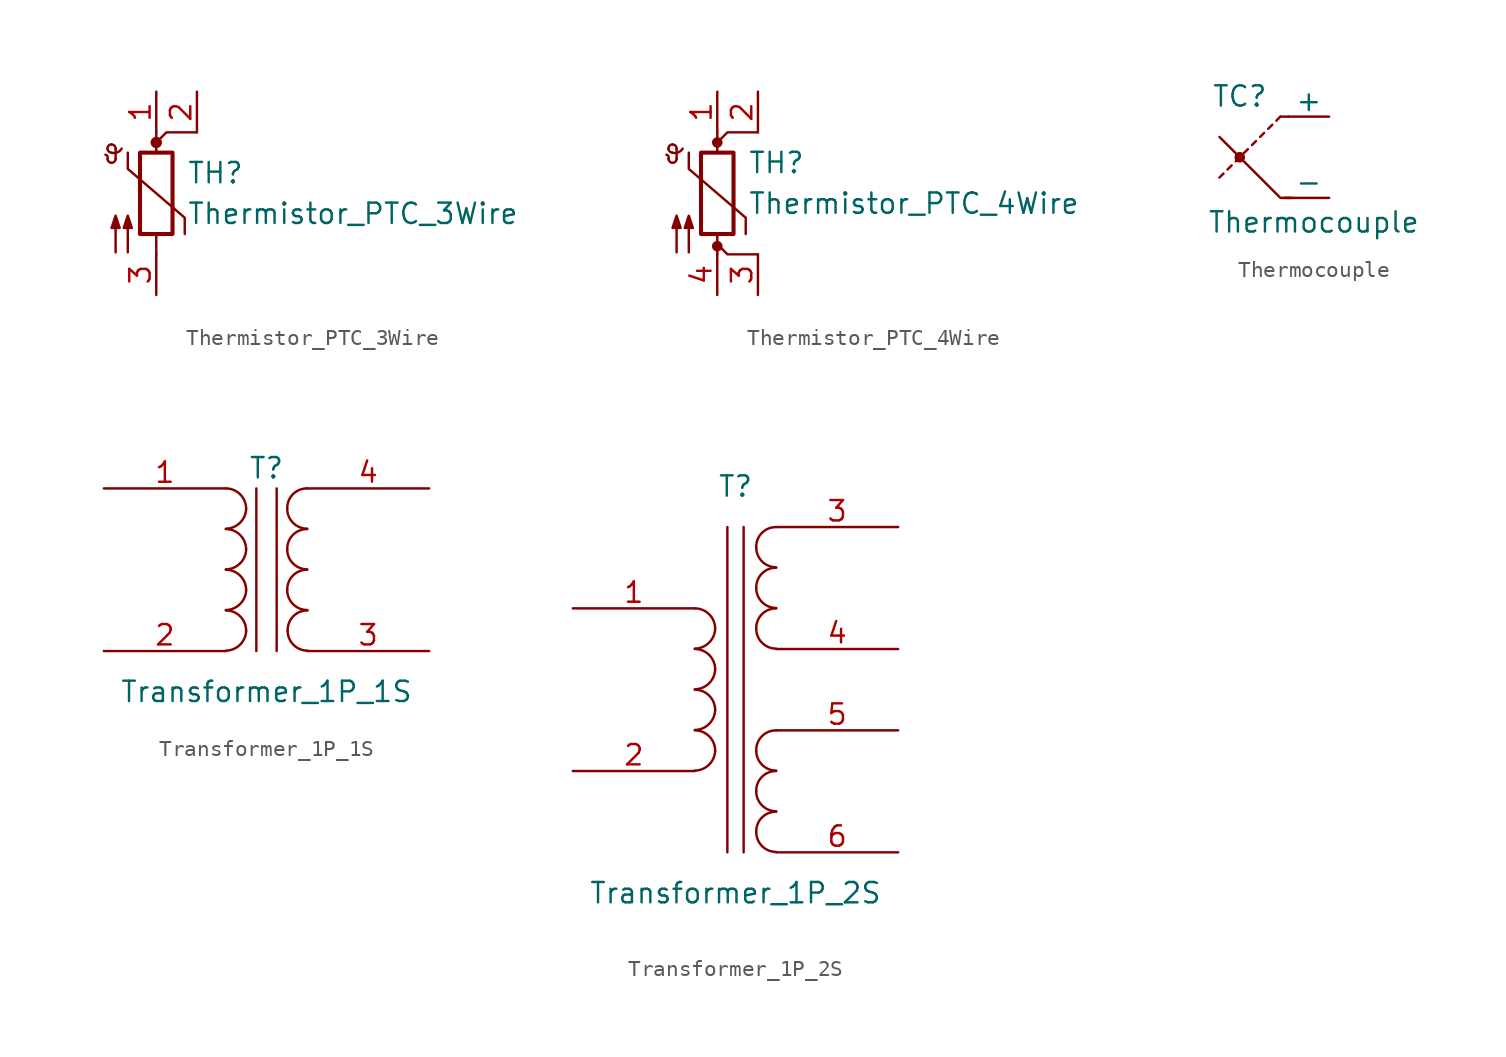
<source format=kicad_sym>
(kicad_symbol_lib
  (version 20211014)
  (generator kicad_symbol_editor)
  (symbol "Thermistor_PTC_3Wire"
    (pin_names
      (offset 0))
    (property "Reference" "TH"
      (at 1.905 1.27 0)
      (effects (font (size 1.27 1.27)) (justify left)))
    (property "Value" "Thermistor_PTC_3Wire"
      (at 1.905 -1.27 0)
      (effects (font (size 1.27 1.27)) (justify left)))
    (symbol "Thermistor_PTC_3Wire_0_1"
      (arc (start -3.048 2.159) (mid -3.0505 2.3165) (end -3.175 2.413) (stroke (width 0) (type default) (color 0 0 0 0)) (fill (type none)))
      (arc (start -3.048 2.159) (mid -2.9736 1.9794) (end -2.794 1.905) (stroke (width 0) (type default) (color 0 0 0 0)) (fill (type none)))
      (arc (start -3.048 2.794) (mid -2.9736 2.6144) (end -2.794 2.54) (stroke (width 0) (type default) (color 0 0 0 0)) (fill (type none)))
      (arc (start -2.794 1.905) (mid -2.6144 1.9794) (end -2.54 2.159) (stroke (width 0) (type default) (color 0 0 0 0)) (fill (type none)))
      (arc (start -2.794 2.54) (mid -2.434 2.5608) (end -2.159 2.794) (stroke (width 0) (type default) (color 0 0 0 0)) (fill (type none)))
      (arc (start -2.794 3.048) (mid -2.9736 2.9736) (end -3.048 2.794) (stroke (width 0) (type default) (color 0 0 0 0)) (fill (type none)))
      (arc (start -2.54 2.794) (mid -2.6144 2.9736) (end -2.794 3.048) (stroke (width 0) (type default) (color 0 0 0 0)) (fill (type none)))
      (rectangle (start -1.016 2.54) (end 1.016 -2.54) (stroke (width 0.254) (type default) (color 0 0 0 0)) (fill (type none)))
      (polyline (pts (xy -2.54 2.159) (xy -2.54 2.794)) (stroke (width 0) (type default) (color 0 0 0 0)) (fill (type none)))
      (polyline (pts (xy 0 -3.81) (xy 0 -2.54)) (stroke (width 0) (type default) (color 0 0 0 0)) (fill (type none)))
      (polyline (pts (xy 0 3.81) (xy 0 2.54)) (stroke (width 0) (type default) (color 0 0 0 0)) (fill (type none)))
      (polyline (pts (xy 2.54 3.81) (xy 0.635 3.81) (xy 0 3.175)) (stroke (width 0) (type default) (color 0 0 0 0)) (fill (type none)))
      (polyline (pts (xy -1.778 2.54) (xy -1.778 1.524) (xy 1.778 -1.524) (xy 1.778 -2.54)) (stroke (width 0) (type default) (color 0 0 0 0)) (fill (type none)))
      (polyline (pts (xy -2.54 -3.683) (xy -2.54 -1.397) (xy -2.794 -2.159) (xy -2.286 -2.159) (xy -2.54 -1.397) (xy -2.54 -1.651)) (stroke (width 0) (type default) (color 0 0 0 0)) (fill (type outline)))
      (polyline (pts (xy -1.778 -3.683) (xy -1.778 -1.397) (xy -2.032 -2.159) (xy -1.524 -2.159) (xy -1.778 -1.397) (xy -1.778 -1.651)) (stroke (width 0) (type default) (color 0 0 0 0)) (fill (type outline)))
      (circle (center 0 3.175) (radius 0.279) (stroke (width 0) (type default) (color 0 0 0 0)) (fill (type outline))))
    (symbol "Thermistor_PTC_3Wire_1_1"
      (pin passive line (at 0 6.35 270) (length 2.54) (name "~" (effects (font (size 1.27 1.27)))) (number "1" (effects (font (size 1.27 1.27)))))
      (pin passive line (at 2.54 6.35 270) (length 2.54) (name "~" (effects (font (size 1.27 1.27)))) (number "2" (effects (font (size 1.27 1.27)))))
      (pin passive line (at 0 -6.35 90) (length 2.54) (name "~" (effects (font (size 1.27 1.27)))) (number "3" (effects (font (size 1.27 1.27)))))))
  (symbol "Thermistor_PTC_4Wire"
    (pin_names
      (offset 0))
    (property "Reference" "TH"
      (at 1.905 1.905 0)
      (effects (font (size 1.27 1.27)) (justify left)))
    (property "Value" "Thermistor_PTC_4Wire"
      (at 1.905 -0.635 0)
      (effects (font (size 1.27 1.27)) (justify left)))
    (symbol "Thermistor_PTC_4Wire_0_1"
      (arc (start -3.048 2.159) (mid -3.0505 2.3165) (end -3.175 2.413) (stroke (width 0) (type default) (color 0 0 0 0)) (fill (type none)))
      (arc (start -3.048 2.159) (mid -2.9736 1.9794) (end -2.794 1.905) (stroke (width 0) (type default) (color 0 0 0 0)) (fill (type none)))
      (arc (start -3.048 2.794) (mid -2.9736 2.6144) (end -2.794 2.54) (stroke (width 0) (type default) (color 0 0 0 0)) (fill (type none)))
      (arc (start -2.794 1.905) (mid -2.6144 1.9794) (end -2.54 2.159) (stroke (width 0) (type default) (color 0 0 0 0)) (fill (type none)))
      (arc (start -2.794 2.54) (mid -2.434 2.5608) (end -2.159 2.794) (stroke (width 0) (type default) (color 0 0 0 0)) (fill (type none)))
      (arc (start -2.794 3.048) (mid -2.9736 2.9736) (end -3.048 2.794) (stroke (width 0) (type default) (color 0 0 0 0)) (fill (type none)))
      (arc (start -2.54 2.794) (mid -2.6144 2.9736) (end -2.794 3.048) (stroke (width 0) (type default) (color 0 0 0 0)) (fill (type none)))
      (rectangle (start -1.016 2.54) (end 1.016 -2.54) (stroke (width 0.254) (type default) (color 0 0 0 0)) (fill (type none)))
      (circle (center 0 -3.302) (radius 0.254) (stroke (width 0) (type default) (color 0 0 0 0)) (fill (type outline)))
      (polyline (pts (xy -2.54 2.159) (xy -2.54 2.794)) (stroke (width 0) (type default) (color 0 0 0 0)) (fill (type none)))
      (polyline (pts (xy 0 -3.81) (xy 0 -2.54)) (stroke (width 0) (type default) (color 0 0 0 0)) (fill (type none)))
      (polyline (pts (xy 0 3.175) (xy 0 3.175)) (stroke (width 0) (type default) (color 0 0 0 0)) (fill (type none)))
      (polyline (pts (xy 0 3.81) (xy 0 2.54)) (stroke (width 0) (type default) (color 0 0 0 0)) (fill (type none)))
      (polyline (pts (xy 2.54 -3.81) (xy 0.635 -3.81) (xy 0 -3.175)) (stroke (width 0) (type default) (color 0 0 0 0)) (fill (type none)))
      (polyline (pts (xy 2.54 3.81) (xy 0.635 3.81) (xy 0 3.175)) (stroke (width 0) (type default) (color 0 0 0 0)) (fill (type none)))
      (polyline (pts (xy -1.778 2.54) (xy -1.778 1.524) (xy 1.778 -1.524) (xy 1.778 -2.54)) (stroke (width 0) (type default) (color 0 0 0 0)) (fill (type none)))
      (polyline (pts (xy -2.54 -3.683) (xy -2.54 -1.397) (xy -2.794 -2.159) (xy -2.286 -2.159) (xy -2.54 -1.397) (xy -2.54 -1.651)) (stroke (width 0) (type default) (color 0 0 0 0)) (fill (type outline)))
      (polyline (pts (xy -1.778 -3.683) (xy -1.778 -1.397) (xy -2.032 -2.159) (xy -1.524 -2.159) (xy -1.778 -1.397) (xy -1.778 -1.651)) (stroke (width 0) (type default) (color 0 0 0 0)) (fill (type outline)))
      (circle (center 0 3.175) (radius 0.254) (stroke (width 0) (type default) (color 0 0 0 0)) (fill (type outline))))
    (symbol "Thermistor_PTC_4Wire_1_1"
      (pin passive line (at 0 6.35 270) (length 2.54) (name "~" (effects (font (size 1.27 1.27)))) (number "1" (effects (font (size 1.27 1.27)))))
      (pin passive line (at 2.54 6.35 270) (length 2.54) (name "~" (effects (font (size 1.27 1.27)))) (number "2" (effects (font (size 1.27 1.27)))))
      (pin passive line (at 2.54 -6.35 90) (length 2.54) (name "~" (effects (font (size 1.27 1.27)))) (number "3" (effects (font (size 1.27 1.27)))))
      (pin passive line (at 0 -6.35 90) (length 2.54) (name "~" (effects (font (size 1.27 1.27)))) (number "4" (effects (font (size 1.27 1.27)))))))
  (symbol "Thermocouple"
    (pin_numbers hide)
    (pin_names
      (offset 0))
    (property "Reference" "TC"
      (at -3.048 3.81 0)
      (effects (font (size 1.27 1.27))))
    (property "Value" "Thermocouple"
      (at -5.08 -4.064 0)
      (effects (font (size 1.27 1.27)) (justify left)))
    (symbol "Thermocouple_0_1"
      (circle (center -3.048 0) (radius 0.254) (stroke (width 0) (type default) (color 0 0 0 0)) (fill (type outline)))
      (polyline (pts (xy -4.064 -1.016) (xy -4.318 -1.27)) (stroke (width 0) (type default) (color 0 0 0 0)) (fill (type none)))
      (polyline (pts (xy -3.556 -0.508) (xy -3.81 -0.762)) (stroke (width 0) (type default) (color 0 0 0 0)) (fill (type none)))
      (polyline (pts (xy -3.048 0) (xy -3.302 -0.254)) (stroke (width 0) (type default) (color 0 0 0 0)) (fill (type none)))
      (polyline (pts (xy -2.54 0.508) (xy -2.794 0.254)) (stroke (width 0) (type default) (color 0 0 0 0)) (fill (type none)))
      (polyline (pts (xy -2.032 1.016) (xy -2.286 0.762)) (stroke (width 0) (type default) (color 0 0 0 0)) (fill (type none)))
      (polyline (pts (xy -1.524 1.524) (xy -1.778 1.27)) (stroke (width 0) (type default) (color 0 0 0 0)) (fill (type none)))
      (polyline (pts (xy -1.016 2.032) (xy -1.27 1.778)) (stroke (width 0) (type default) (color 0 0 0 0)) (fill (type none)))
      (polyline (pts (xy -0.508 2.54) (xy -0.762 2.286)) (stroke (width 0) (type default) (color 0 0 0 0)) (fill (type none)))
      (polyline (pts (xy 0 -2.54) (xy -0.254 -2.54)) (stroke (width 0) (type default) (color 0 0 0 0)) (fill (type none)))
      (polyline (pts (xy 0 2.54) (xy -0.508 2.54)) (stroke (width 0) (type default) (color 0 0 0 0)) (fill (type none)))
      (polyline (pts (xy 0.254 -2.54) (xy -0.508 -2.54) (xy -4.318 1.27)) (stroke (width 0) (type default) (color 0 0 0 0)) (fill (type none))))
    (symbol "Thermocouple_1_1"
      (pin passive line (at 2.54 2.54 180) (length 2.54) (name "+" (effects (font (size 1.27 1.27)))) (number "1" (effects (font (size 1.27 1.27)))))
      (pin passive line (at 2.54 -2.54 180) (length 2.54) (name "-" (effects (font (size 1.27 1.27)))) (number "2" (effects (font (size 1.27 1.27)))))))
  (symbol "Transformer_1P_1S"
    (pin_names
      (offset 1.016) hide)
    (property "Reference" "T"
      (at 0 6.35 0)
      (effects (font (size 1.27 1.27))))
    (property "Value" "Transformer_1P_1S"
      (at 0 -7.62 0)
      (effects (font (size 1.27 1.27))))
    (symbol "Transformer_1P_1S_0_1"
      (arc (start -2.54 -5.0546) (mid -1.6561 -4.6863) (end -1.27 -3.81) (stroke (width 0) (type default) (color 0 0 0 0)) (fill (type none)))
      (arc (start -2.54 -2.5146) (mid -1.6561 -2.1463) (end -1.27 -1.27) (stroke (width 0) (type default) (color 0 0 0 0)) (fill (type none)))
      (arc (start -2.54 0.0254) (mid -1.6561 0.3937) (end -1.27 1.27) (stroke (width 0) (type default) (color 0 0 0 0)) (fill (type none)))
      (arc (start -2.54 2.5654) (mid -1.6561 2.9337) (end -1.27 3.81) (stroke (width 0) (type default) (color 0 0 0 0)) (fill (type none)))
      (arc (start -1.27 -3.81) (mid -1.642 -2.912) (end -2.54 -2.54) (stroke (width 0) (type default) (color 0 0 0 0)) (fill (type none)))
      (arc (start -1.27 -1.27) (mid -1.642 -0.372) (end -2.54 0) (stroke (width 0) (type default) (color 0 0 0 0)) (fill (type none)))
      (arc (start -1.27 1.27) (mid -1.642 2.168) (end -2.54 2.54) (stroke (width 0) (type default) (color 0 0 0 0)) (fill (type none)))
      (arc (start -1.27 3.81) (mid -1.642 4.708) (end -2.54 5.08) (stroke (width 0) (type default) (color 0 0 0 0)) (fill (type none)))
      (polyline (pts (xy -0.635 5.08) (xy -0.635 -5.08)) (stroke (width 0) (type default) (color 0 0 0 0)) (fill (type none)))
      (polyline (pts (xy 0.635 -5.08) (xy 0.635 5.08)) (stroke (width 0) (type default) (color 0 0 0 0)) (fill (type none)))
      (arc (start 1.2954 -1.27) (mid 1.6599 -2.1501) (end 2.54 -2.5146) (stroke (width 0) (type default) (color 0 0 0 0)) (fill (type none)))
      (arc (start 1.2954 1.27) (mid 1.6599 0.3899) (end 2.54 0.0254) (stroke (width 0) (type default) (color 0 0 0 0)) (fill (type none)))
      (arc (start 1.2954 3.81) (mid 1.6599 2.9299) (end 2.54 2.5654) (stroke (width 0) (type default) (color 0 0 0 0)) (fill (type none)))
      (arc (start 1.3208 -3.81) (mid 1.6853 -4.6901) (end 2.5654 -5.0546) (stroke (width 0) (type default) (color 0 0 0 0)) (fill (type none)))
      (arc (start 2.54 0) (mid 1.6456 -0.3683) (end 1.2954 -1.27) (stroke (width 0) (type default) (color 0 0 0 0)) (fill (type none)))
      (arc (start 2.54 2.54) (mid 1.6456 2.1717) (end 1.2954 1.27) (stroke (width 0) (type default) (color 0 0 0 0)) (fill (type none)))
      (arc (start 2.54 5.08) (mid 1.6456 4.7117) (end 1.2954 3.81) (stroke (width 0) (type default) (color 0 0 0 0)) (fill (type none)))
      (arc (start 2.5654 -2.54) (mid 1.671 -2.9083) (end 1.3208 -3.81) (stroke (width 0) (type default) (color 0 0 0 0)) (fill (type none))))
    (symbol "Transformer_1P_1S_1_1"
      (pin passive line (at -10.16 5.08 0) (length 7.62) (name "AA" (effects (font (size 1.27 1.27)))) (number "1" (effects (font (size 1.27 1.27)))))
      (pin passive line (at -10.16 -5.08 0) (length 7.62) (name "AB" (effects (font (size 1.27 1.27)))) (number "2" (effects (font (size 1.27 1.27)))))
      (pin passive line (at 10.16 -5.08 180) (length 7.62) (name "SA" (effects (font (size 1.27 1.27)))) (number "3" (effects (font (size 1.27 1.27)))))
      (pin passive line (at 10.16 5.08 180) (length 7.62) (name "SB" (effects (font (size 1.27 1.27)))) (number "4" (effects (font (size 1.27 1.27)))))))
  (symbol "Transformer_1P_2S"
    (pin_names
      (offset 1.016) hide)
    (property "Reference" "T"
      (at 0 12.7 0)
      (effects (font (size 1.27 1.27))))
    (property "Value" "Transformer_1P_2S"
      (at 0 -12.7 0)
      (effects (font (size 1.27 1.27))))
    (symbol "Transformer_1P_2S_0_1"
      (arc (start -2.54 -5.0546) (mid -1.6561 -4.6863) (end -1.27 -3.81) (stroke (width 0) (type default) (color 0 0 0 0)) (fill (type none)))
      (arc (start -2.54 -2.5146) (mid -1.6561 -2.1463) (end -1.27 -1.27) (stroke (width 0) (type default) (color 0 0 0 0)) (fill (type none)))
      (arc (start -2.54 0.0254) (mid -1.6561 0.3937) (end -1.27 1.27) (stroke (width 0) (type default) (color 0 0 0 0)) (fill (type none)))
      (arc (start -2.54 2.5654) (mid -1.6561 2.9337) (end -1.27 3.81) (stroke (width 0) (type default) (color 0 0 0 0)) (fill (type none)))
      (arc (start -1.27 -3.81) (mid -1.642 -2.912) (end -2.54 -2.54) (stroke (width 0) (type default) (color 0 0 0 0)) (fill (type none)))
      (arc (start -1.27 -1.27) (mid -1.642 -0.372) (end -2.54 0) (stroke (width 0) (type default) (color 0 0 0 0)) (fill (type none)))
      (arc (start -1.27 1.27) (mid -1.642 2.168) (end -2.54 2.54) (stroke (width 0) (type default) (color 0 0 0 0)) (fill (type none)))
      (arc (start -1.27 3.81) (mid -1.642 4.708) (end -2.54 5.08) (stroke (width 0) (type default) (color 0 0 0 0)) (fill (type none)))
      (polyline (pts (xy -0.508 -10.16) (xy -0.508 10.16)) (stroke (width 0) (type default) (color 0 0 0 0)) (fill (type none)))
      (polyline (pts (xy 0.508 10.16) (xy 0.508 -10.16)) (stroke (width 0) (type default) (color 0 0 0 0)) (fill (type none)))
      (arc (start 1.2954 -8.89) (mid 1.6599 -9.7701) (end 2.54 -10.1346) (stroke (width 0) (type default) (color 0 0 0 0)) (fill (type none)))
      (arc (start 1.2954 -6.35) (mid 1.6599 -7.2301) (end 2.54 -7.5946) (stroke (width 0) (type default) (color 0 0 0 0)) (fill (type none)))
      (arc (start 1.2954 -3.81) (mid 1.6599 -4.6901) (end 2.54 -5.0546) (stroke (width 0) (type default) (color 0 0 0 0)) (fill (type none)))
      (arc (start 1.2954 3.81) (mid 1.6599 2.9299) (end 2.54 2.5654) (stroke (width 0) (type default) (color 0 0 0 0)) (fill (type none)))
      (arc (start 1.2954 6.35) (mid 1.6599 5.4699) (end 2.54 5.1054) (stroke (width 0) (type default) (color 0 0 0 0)) (fill (type none)))
      (arc (start 1.2954 8.89) (mid 1.6599 8.0099) (end 2.54 7.6454) (stroke (width 0) (type default) (color 0 0 0 0)) (fill (type none)))
      (arc (start 2.54 -7.62) (mid 1.6456 -7.9883) (end 1.2954 -8.89) (stroke (width 0) (type default) (color 0 0 0 0)) (fill (type none)))
      (arc (start 2.54 -5.08) (mid 1.6456 -5.4483) (end 1.2954 -6.35) (stroke (width 0) (type default) (color 0 0 0 0)) (fill (type none)))
      (arc (start 2.54 -2.54) (mid 1.6456 -2.9083) (end 1.2954 -3.81) (stroke (width 0) (type default) (color 0 0 0 0)) (fill (type none)))
      (arc (start 2.54 5.08) (mid 1.6456 4.7117) (end 1.2954 3.81) (stroke (width 0) (type default) (color 0 0 0 0)) (fill (type none)))
      (arc (start 2.54 7.62) (mid 1.6456 7.2517) (end 1.2954 6.35) (stroke (width 0) (type default) (color 0 0 0 0)) (fill (type none)))
      (arc (start 2.54 10.16) (mid 1.6456 9.7917) (end 1.2954 8.89) (stroke (width 0) (type default) (color 0 0 0 0)) (fill (type none))))
    (symbol "Transformer_1P_2S_1_1"
      (pin passive line (at -10.16 5.08 0) (length 7.62) (name "AA" (effects (font (size 1.27 1.27)))) (number "1" (effects (font (size 1.27 1.27)))))
      (pin passive line (at -10.16 -5.08 0) (length 7.62) (name "AB" (effects (font (size 1.27 1.27)))) (number "2" (effects (font (size 1.27 1.27)))))
      (pin passive line (at 10.16 10.16 180) (length 7.62) (name "SA" (effects (font (size 1.27 1.27)))) (number "3" (effects (font (size 1.27 1.27)))))
      (pin passive line (at 10.16 2.54 180) (length 7.62) (name "SB" (effects (font (size 1.27 1.27)))) (number "4" (effects (font (size 1.27 1.27)))))
      (pin passive line (at 10.16 -2.54 180) (length 7.62) (name "SC" (effects (font (size 1.27 1.27)))) (number "5" (effects (font (size 1.27 1.27)))))
      (pin passive line (at 10.16 -10.16 180) (length 7.62) (name "SD" (effects (font (size 1.27 1.27)))) (number "6" (effects (font (size 1.27 1.27))))))))
</source>
